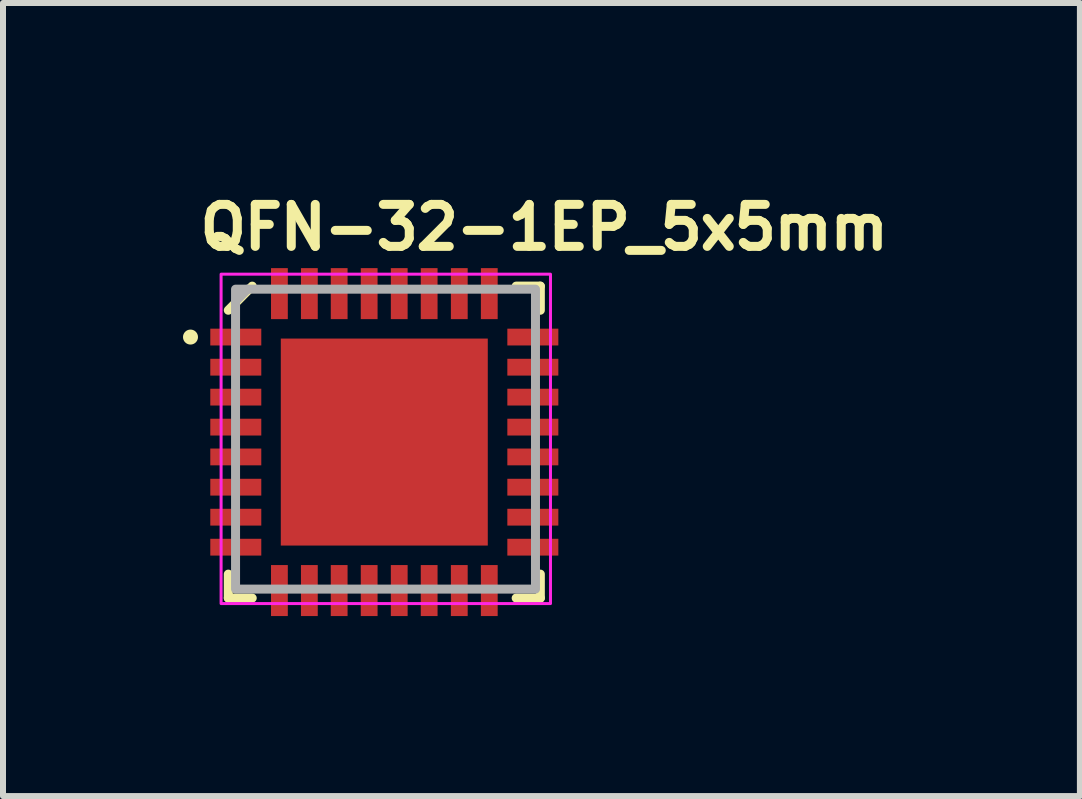
<source format=kicad_pcb>
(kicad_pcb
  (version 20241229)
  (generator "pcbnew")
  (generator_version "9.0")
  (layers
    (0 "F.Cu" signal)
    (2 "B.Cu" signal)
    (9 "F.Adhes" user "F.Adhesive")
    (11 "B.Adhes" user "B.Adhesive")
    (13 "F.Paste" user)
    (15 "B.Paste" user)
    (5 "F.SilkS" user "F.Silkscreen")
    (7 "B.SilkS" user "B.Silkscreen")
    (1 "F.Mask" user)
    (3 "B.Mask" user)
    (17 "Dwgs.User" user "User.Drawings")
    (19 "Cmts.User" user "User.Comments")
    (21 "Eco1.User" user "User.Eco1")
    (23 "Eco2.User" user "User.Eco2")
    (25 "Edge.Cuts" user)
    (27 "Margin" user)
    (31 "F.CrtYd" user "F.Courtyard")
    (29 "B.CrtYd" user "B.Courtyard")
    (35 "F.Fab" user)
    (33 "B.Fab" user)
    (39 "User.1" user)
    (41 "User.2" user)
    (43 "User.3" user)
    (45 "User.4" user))
  (footprint "QFN-32-1EP_5x5mm"
    (layer "F.Cu")
    (at 3.375 4.27)
    (property "Reference" "QFN-32-1EP_5x5mm" (at -3.169 -3.12 0) (layer "F.SilkS") (effects (font (size 0.7 0.7) (thickness 0.15)) (justify left bottom)))
    (attr smd)
    (fp_line (start -2.62 2.648) (end -2.62 2.249) (stroke (width 0.15) (type solid)) (layer "F.SilkS"))
    (fp_line (start -2.221 -2.551) (end -2.62 -2.149) (stroke (width 0.15) (type solid)) (layer "F.SilkS"))
    (fp_line (start -2.221 2.648) (end -2.62 2.648) (stroke (width 0.15) (type solid)) (layer "F.SilkS"))
    (fp_line (start 2.581 -2.551) (end 2.178 -2.551) (stroke (width 0.15) (type solid)) (layer "F.SilkS"))
    (fp_line (start 2.581 -2.551) (end 2.581 -2.149) (stroke (width 0.15) (type solid)) (layer "F.SilkS"))
    (fp_line (start 2.581 2.249) (end 2.581 2.648) (stroke (width 0.15) (type solid)) (layer "F.SilkS"))
    (fp_line (start 2.581 2.648) (end 2.178 2.648) (stroke (width 0.15) (type solid)) (layer "F.SilkS"))
    (fp_circle (center -3.25 -1.702) (end -3.2 -1.702) (stroke (width 0.15) (type solid)) (fill yes) (layer "F.SilkS"))
    (fp_rect (start -1.446 -0.175) (end -0.246 -1.375) (stroke (width 0.2) (type solid)) (fill yes) (layer "F.Paste"))
    (fp_rect (start -1.446 1.474) (end -0.246 0.274) (stroke (width 0.2) (type solid)) (fill yes) (layer "F.Paste"))
    (fp_rect (start 0.203 -0.175) (end 1.403 -1.375) (stroke (width 0.2) (type solid)) (fill yes) (layer "F.Paste"))
    (fp_rect (start 0.203 1.474) (end 1.403 0.274) (stroke (width 0.2) (type solid)) (fill yes) (layer "F.Paste"))
    (fp_rect (start -2.74 -2.75) (end 2.75 2.74) (stroke (width 0.05) (type solid)) (fill no) (layer "F.CrtYd"))
    (fp_line (start -2.499 -2.299) (end -2.298 -2.5) (stroke (width 0.15) (type solid)) (layer "F.Fab"))
    (fp_rect (start -2.499 -2.5) (end 2.5 2.499) (stroke (width 0.15) (type solid)) (fill no) (layer "F.Fab"))
    (fp_rect (start -2.499 -2.5) (end 2.5 2.499) (stroke (width 0.1) (type solid)) (fill no) (layer "User.5"))
    (fp_line (start -2.499 -2.5) (end -2.499 2.499) (stroke (width 0.02) (type solid)) (layer "User.9"))
    (fp_line (start -2.499 -1.875) (end -2.499 -1.875) (stroke (width 0.02) (type solid)) (layer "User.9"))
    (fp_line (start -2.499 -1.625) (end -2.499 -1.875) (stroke (width 0.02) (type solid)) (layer "User.9"))
    (fp_line (start -2.499 -1.625) (end -2.499 -1.625) (stroke (width 0.02) (type solid)) (layer "User.9"))
    (fp_line (start -2.499 -1.375) (end -2.499 -1.375) (stroke (width 0.02) (type solid)) (layer "User.9"))
    (fp_line (start -2.499 -1.125) (end -2.499 -1.375) (stroke (width 0.02) (type solid)) (layer "User.9"))
    (fp_line (start -2.499 -1.125) (end -2.499 -1.125) (stroke (width 0.02) (type solid)) (layer "User.9"))
    (fp_line (start -2.499 -0.875) (end -2.499 -0.875) (stroke (width 0.02) (type solid)) (layer "User.9"))
    (fp_line (start -2.499 -0.625) (end -2.499 -0.875) (stroke (width 0.02) (type solid)) (layer "User.9"))
    (fp_line (start -2.499 -0.625) (end -2.499 -0.625) (stroke (width 0.02) (type solid)) (layer "User.9"))
    (fp_line (start -2.499 -0.375) (end -2.499 -0.375) (stroke (width 0.02) (type solid)) (layer "User.9"))
    (fp_line (start -2.499 -0.125) (end -2.499 -0.375) (stroke (width 0.02) (type solid)) (layer "User.9"))
    (fp_line (start -2.499 -0.125) (end -2.499 -0.125) (stroke (width 0.02) (type solid)) (layer "User.9"))
    (fp_line (start -2.499 0.122) (end -2.499 0.122) (stroke (width 0.02) (type solid)) (layer "User.9"))
    (fp_line (start -2.499 0.372) (end -2.499 0.122) (stroke (width 0.02) (type solid)) (layer "User.9"))
    (fp_line (start -2.499 0.372) (end -2.499 0.372) (stroke (width 0.02) (type solid)) (layer "User.9"))
    (fp_line (start -2.499 0.622) (end -2.499 0.622) (stroke (width 0.02) (type solid)) (layer "User.9"))
    (fp_line (start -2.499 0.872) (end -2.499 0.622) (stroke (width 0.02) (type solid)) (layer "User.9"))
    (fp_line (start -2.499 0.872) (end -2.499 0.872) (stroke (width 0.02) (type solid)) (layer "User.9"))
    (fp_line (start -2.499 1.124) (end -2.499 1.124) (stroke (width 0.02) (type solid)) (layer "User.9"))
    (fp_line (start -2.499 1.374) (end -2.499 1.124) (stroke (width 0.02) (type solid)) (layer "User.9"))
    (fp_line (start -2.499 1.374) (end -2.499 1.374) (stroke (width 0.02) (type solid)) (layer "User.9"))
    (fp_line (start -2.499 1.624) (end -2.499 1.624) (stroke (width 0.02) (type solid)) (layer "User.9"))
    (fp_line (start -2.499 1.874) (end -2.499 1.624) (stroke (width 0.02) (type solid)) (layer "User.9"))
    (fp_line (start -2.499 1.874) (end -2.499 1.874) (stroke (width 0.02) (type solid)) (layer "User.9"))
    (fp_line (start -2.499 2.499) (end 2.5 2.499) (stroke (width 0.02) (type solid)) (layer "User.9"))
    (fp_line (start -1.999 -1.872) (end -1.999 -1.867) (stroke (width 0.02) (type solid)) (layer "User.9"))
    (fp_line (start -1.999 -1.867) (end -1.999 -1.859) (stroke (width 0.02) (type solid)) (layer "User.9"))
    (fp_line (start -1.999 -1.859) (end -1.999 -1.851) (stroke (width 0.02) (type solid)) (layer "User.9"))
    (fp_line (start -1.999 -1.851) (end -1.999 -1.851) (stroke (width 0.02) (type solid)) (layer "User.9"))
    (fp_line (start -1.999 -1.851) (end -1.999 -1.843) (stroke (width 0.02) (type solid)) (layer "User.9"))
    (fp_line (start -1.999 -1.843) (end -1.999 -1.835) (stroke (width 0.02) (type solid)) (layer "User.9"))
    (fp_line (start -1.999 -1.835) (end -1.999 -1.829) (stroke (width 0.02) (type solid)) (layer "User.9"))
    (fp_line (start -1.999 -1.829) (end -1.996 -1.821) (stroke (width 0.02) (type solid)) (layer "User.9"))
    (fp_line (start -1.996 -1.88) (end -1.999 -1.872) (stroke (width 0.02) (type solid)) (layer "User.9"))
    (fp_line (start -1.996 -1.821) (end -1.995 -1.813) (stroke (width 0.02) (type solid)) (layer "User.9"))
    (fp_line (start -1.995 -1.888) (end -1.996 -1.88) (stroke (width 0.02) (type solid)) (layer "User.9"))
    (fp_line (start -1.995 -1.813) (end -1.992 -1.807) (stroke (width 0.02) (type solid)) (layer "User.9"))
    (fp_line (start -1.992 -1.895) (end -1.995 -1.888) (stroke (width 0.02) (type solid)) (layer "User.9"))
    (fp_line (start -1.992 -1.807) (end -1.991 -1.799) (stroke (width 0.02) (type solid)) (layer "User.9"))
    (fp_line (start -1.991 -1.903) (end -1.992 -1.895) (stroke (width 0.02) (type solid)) (layer "User.9"))
    (fp_line (start -1.991 -1.799) (end -1.988 -1.791) (stroke (width 0.02) (type solid)) (layer "User.9"))
    (fp_line (start -1.988 -1.908) (end -1.991 -1.903) (stroke (width 0.02) (type solid)) (layer "User.9"))
    (fp_line (start -1.988 -1.791) (end -1.984 -1.786) (stroke (width 0.02) (type solid)) (layer "User.9"))
    (fp_line (start -1.984 -1.916) (end -1.988 -1.908) (stroke (width 0.02) (type solid)) (layer "User.9"))
    (fp_line (start -1.984 -1.786) (end -1.98 -1.779) (stroke (width 0.02) (type solid)) (layer "User.9"))
    (fp_line (start -1.98 -1.922) (end -1.984 -1.916) (stroke (width 0.02) (type solid)) (layer "User.9"))
    (fp_line (start -1.98 -1.779) (end -1.979 -1.774) (stroke (width 0.02) (type solid)) (layer "User.9"))
    (fp_line (start -1.979 -1.928) (end -1.98 -1.922) (stroke (width 0.02) (type solid)) (layer "User.9"))
    (fp_line (start -1.979 -1.774) (end -1.975 -1.767) (stroke (width 0.02) (type solid)) (layer "User.9"))
    (fp_line (start -1.975 -1.934) (end -1.979 -1.928) (stroke (width 0.02) (type solid)) (layer "User.9"))
    (fp_line (start -1.975 -1.767) (end -1.971 -1.762) (stroke (width 0.02) (type solid)) (layer "User.9"))
    (fp_line (start -1.971 -1.94) (end -1.975 -1.934) (stroke (width 0.02) (type solid)) (layer "User.9"))
    (fp_line (start -1.971 -1.762) (end -1.965 -1.755) (stroke (width 0.02) (type solid)) (layer "User.9"))
    (fp_line (start -1.965 -1.946) (end -1.971 -1.94) (stroke (width 0.02) (type solid)) (layer "User.9"))
    (fp_line (start -1.965 -1.755) (end -1.961 -1.75) (stroke (width 0.02) (type solid)) (layer "User.9"))
    (fp_line (start -1.961 -1.952) (end -1.965 -1.946) (stroke (width 0.02) (type solid)) (layer "User.9"))
    (fp_line (start -1.961 -1.75) (end -1.957 -1.743) (stroke (width 0.02) (type solid)) (layer "User.9"))
    (fp_line (start -1.957 -1.958) (end -1.961 -1.952) (stroke (width 0.02) (type solid)) (layer "User.9"))
    (fp_line (start -1.957 -1.743) (end -1.951 -1.739) (stroke (width 0.02) (type solid)) (layer "User.9"))
    (fp_line (start -1.951 -1.962) (end -1.957 -1.958) (stroke (width 0.02) (type solid)) (layer "User.9"))
    (fp_line (start -1.951 -1.739) (end -1.945 -1.735) (stroke (width 0.02) (type solid)) (layer "User.9"))
    (fp_line (start -1.945 -1.966) (end -1.951 -1.962) (stroke (width 0.02) (type solid)) (layer "User.9"))
    (fp_line (start -1.945 -1.735) (end -1.939 -1.73) (stroke (width 0.02) (type solid)) (layer "User.9"))
    (fp_line (start -1.939 -1.972) (end -1.945 -1.966) (stroke (width 0.02) (type solid)) (layer "User.9"))
    (fp_line (start -1.939 -1.73) (end -1.933 -1.726) (stroke (width 0.02) (type solid)) (layer "User.9"))
    (fp_line (start -1.933 -1.976) (end -1.939 -1.972) (stroke (width 0.02) (type solid)) (layer "User.9"))
    (fp_line (start -1.933 -1.726) (end -1.927 -1.722) (stroke (width 0.02) (type solid)) (layer "User.9"))
    (fp_line (start -1.927 -1.98) (end -1.933 -1.976) (stroke (width 0.02) (type solid)) (layer "User.9"))
    (fp_line (start -1.927 -1.722) (end -1.921 -1.72) (stroke (width 0.02) (type solid)) (layer "User.9"))
    (fp_line (start -1.921 -1.981) (end -1.927 -1.98) (stroke (width 0.02) (type solid)) (layer "User.9"))
    (fp_line (start -1.921 -1.72) (end -1.915 -1.716) (stroke (width 0.02) (type solid)) (layer "User.9"))
    (fp_line (start -1.915 -1.985) (end -1.921 -1.981) (stroke (width 0.02) (type solid)) (layer "User.9"))
    (fp_line (start -1.915 -1.716) (end -1.907 -1.712) (stroke (width 0.02) (type solid)) (layer "User.9"))
    (fp_line (start -1.907 -1.989) (end -1.915 -1.985) (stroke (width 0.02) (type solid)) (layer "User.9"))
    (fp_line (start -1.907 -1.712) (end -1.901 -1.71) (stroke (width 0.02) (type solid)) (layer "User.9"))
    (fp_line (start -1.901 -1.992) (end -1.907 -1.989) (stroke (width 0.02) (type solid)) (layer "User.9"))
    (fp_line (start -1.901 -1.71) (end -1.893 -1.708) (stroke (width 0.02) (type solid)) (layer "User.9"))
    (fp_line (start -1.893 -1.993) (end -1.901 -1.992) (stroke (width 0.02) (type solid)) (layer "User.9"))
    (fp_line (start -1.893 -1.708) (end -1.887 -1.706) (stroke (width 0.02) (type solid)) (layer "User.9"))
    (fp_line (start -1.887 -1.996) (end -1.893 -1.993) (stroke (width 0.02) (type solid)) (layer "User.9"))
    (fp_line (start -1.887 -1.706) (end -1.879 -1.704) (stroke (width 0.02) (type solid)) (layer "User.9"))
    (fp_line (start -1.879 -1.997) (end -1.887 -1.996) (stroke (width 0.02) (type solid)) (layer "User.9"))
    (fp_line (start -1.879 -1.704) (end -1.871 -1.702) (stroke (width 0.02) (type solid)) (layer "User.9"))
    (fp_line (start -1.874 -2.5) (end -1.874 -2.5) (stroke (width 0.02) (type solid)) (layer "User.9"))
    (fp_line (start -1.874 -2.5) (end -1.624 -2.5) (stroke (width 0.02) (type solid)) (layer "User.9"))
    (fp_line (start -1.874 2.499) (end -1.874 2.499) (stroke (width 0.02) (type solid)) (layer "User.9"))
    (fp_line (start -1.874 2.499) (end -1.624 2.499) (stroke (width 0.02) (type solid)) (layer "User.9"))
    (fp_line (start -1.871 -2) (end -1.879 -1.997) (stroke (width 0.02) (type solid)) (layer "User.9"))
    (fp_line (start -1.871 -1.702) (end -1.866 -1.702) (stroke (width 0.02) (type solid)) (layer "User.9"))
    (fp_line (start -1.866 -2) (end -1.871 -2) (stroke (width 0.02) (type solid)) (layer "User.9"))
    (fp_line (start -1.866 -1.702) (end -1.858 -1.702) (stroke (width 0.02) (type solid)) (layer "User.9"))
    (fp_line (start -1.858 -2) (end -1.866 -2) (stroke (width 0.02) (type solid)) (layer "User.9"))
    (fp_line (start -1.858 -1.702) (end -1.85 -1.702) (stroke (width 0.02) (type solid)) (layer "User.9"))
    (fp_line (start -1.85 -2) (end -1.858 -2) (stroke (width 0.02) (type solid)) (layer "User.9"))
    (fp_line (start -1.85 -1.702) (end -1.842 -1.702) (stroke (width 0.02) (type solid)) (layer "User.9"))
    (fp_line (start -1.842 -2) (end -1.85 -2) (stroke (width 0.02) (type solid)) (layer "User.9"))
    (fp_line (start -1.842 -1.702) (end -1.834 -1.702) (stroke (width 0.02) (type solid)) (layer "User.9"))
    (fp_line (start -1.834 -2) (end -1.842 -2) (stroke (width 0.02) (type solid)) (layer "User.9"))
    (fp_line (start -1.834 -1.702) (end -1.828 -1.702) (stroke (width 0.02) (type solid)) (layer "User.9"))
    (fp_line (start -1.828 -2) (end -1.834 -2) (stroke (width 0.02) (type solid)) (layer "User.9"))
    (fp_line (start -1.828 -1.702) (end -1.82 -1.704) (stroke (width 0.02) (type solid)) (layer "User.9"))
    (fp_line (start -1.82 -1.997) (end -1.828 -2) (stroke (width 0.02) (type solid)) (layer "User.9"))
    (fp_line (start -1.82 -1.704) (end -1.812 -1.706) (stroke (width 0.02) (type solid)) (layer "User.9"))
    (fp_line (start -1.812 -1.996) (end -1.82 -1.997) (stroke (width 0.02) (type solid)) (layer "User.9"))
    (fp_line (start -1.812 -1.706) (end -1.806 -1.708) (stroke (width 0.02) (type solid)) (layer "User.9"))
    (fp_line (start -1.806 -1.993) (end -1.812 -1.996) (stroke (width 0.02) (type solid)) (layer "User.9"))
    (fp_line (start -1.806 -1.708) (end -1.798 -1.71) (stroke (width 0.02) (type solid)) (layer "User.9"))
    (fp_line (start -1.798 -1.992) (end -1.806 -1.993) (stroke (width 0.02) (type solid)) (layer "User.9"))
    (fp_line (start -1.798 -1.71) (end -1.791 -1.712) (stroke (width 0.02) (type solid)) (layer "User.9"))
    (fp_line (start -1.791 -1.989) (end -1.798 -1.992) (stroke (width 0.02) (type solid)) (layer "User.9"))
    (fp_line (start -1.791 -1.712) (end -1.784 -1.716) (stroke (width 0.02) (type solid)) (layer "User.9"))
    (fp_line (start -1.784 -1.985) (end -1.791 -1.989) (stroke (width 0.02) (type solid)) (layer "User.9"))
    (fp_line (start -1.784 -1.716) (end -1.778 -1.72) (stroke (width 0.02) (type solid)) (layer "User.9"))
    (fp_line (start -1.778 -1.981) (end -1.784 -1.985) (stroke (width 0.02) (type solid)) (layer "User.9"))
    (fp_line (start -1.778 -1.72) (end -1.772 -1.722) (stroke (width 0.02) (type solid)) (layer "User.9"))
    (fp_line (start -1.772 -1.98) (end -1.778 -1.981) (stroke (width 0.02) (type solid)) (layer "User.9"))
    (fp_line (start -1.772 -1.722) (end -1.766 -1.726) (stroke (width 0.02) (type solid)) (layer "User.9"))
    (fp_line (start -1.766 -1.976) (end -1.772 -1.98) (stroke (width 0.02) (type solid)) (layer "User.9"))
    (fp_line (start -1.766 -1.726) (end -1.76 -1.73) (stroke (width 0.02) (type solid)) (layer "User.9"))
    (fp_line (start -1.76 -1.972) (end -1.766 -1.976) (stroke (width 0.02) (type solid)) (layer "User.9"))
    (fp_line (start -1.76 -1.73) (end -1.754 -1.735) (stroke (width 0.02) (type solid)) (layer "User.9"))
    (fp_line (start -1.754 -1.966) (end -1.76 -1.972) (stroke (width 0.02) (type solid)) (layer "User.9"))
    (fp_line (start -1.754 -1.735) (end -1.748 -1.739) (stroke (width 0.02) (type solid)) (layer "User.9"))
    (fp_line (start -1.748 -1.962) (end -1.754 -1.966) (stroke (width 0.02) (type solid)) (layer "User.9"))
    (fp_line (start -1.748 -1.739) (end -1.743 -1.743) (stroke (width 0.02) (type solid)) (layer "User.9"))
    (fp_line (start -1.743 -1.958) (end -1.748 -1.962) (stroke (width 0.02) (type solid)) (layer "User.9"))
    (fp_line (start -1.743 -1.743) (end -1.739 -1.75) (stroke (width 0.02) (type solid)) (layer "User.9"))
    (fp_line (start -1.739 -1.952) (end -1.743 -1.958) (stroke (width 0.02) (type solid)) (layer "User.9"))
    (fp_line (start -1.739 -1.75) (end -1.735 -1.755) (stroke (width 0.02) (type solid)) (layer "User.9"))
    (fp_line (start -1.735 -1.946) (end -1.739 -1.952) (stroke (width 0.02) (type solid)) (layer "User.9"))
    (fp_line (start -1.735 -1.755) (end -1.729 -1.762) (stroke (width 0.02) (type solid)) (layer "User.9"))
    (fp_line (start -1.729 -1.94) (end -1.735 -1.946) (stroke (width 0.02) (type solid)) (layer "User.9"))
    (fp_line (start -1.729 -1.762) (end -1.725 -1.767) (stroke (width 0.02) (type solid)) (layer "User.9"))
    (fp_line (start -1.725 -1.934) (end -1.729 -1.94) (stroke (width 0.02) (type solid)) (layer "User.9"))
    (fp_line (start -1.725 -1.767) (end -1.721 -1.774) (stroke (width 0.02) (type solid)) (layer "User.9"))
    (fp_line (start -1.721 -1.928) (end -1.725 -1.934) (stroke (width 0.02) (type solid)) (layer "User.9"))
    (fp_line (start -1.721 -1.774) (end -1.719 -1.779) (stroke (width 0.02) (type solid)) (layer "User.9"))
    (fp_line (start -1.719 -1.922) (end -1.721 -1.928) (stroke (width 0.02) (type solid)) (layer "User.9"))
    (fp_line (start -1.719 -1.779) (end -1.715 -1.786) (stroke (width 0.02) (type solid)) (layer "User.9"))
    (fp_line (start -1.715 -1.916) (end -1.719 -1.922) (stroke (width 0.02) (type solid)) (layer "User.9"))
    (fp_line (start -1.715 -1.786) (end -1.711 -1.791) (stroke (width 0.02) (type solid)) (layer "User.9"))
    (fp_line (start -1.711 -1.908) (end -1.715 -1.916) (stroke (width 0.02) (type solid)) (layer "User.9"))
    (fp_line (start -1.711 -1.791) (end -1.709 -1.799) (stroke (width 0.02) (type solid)) (layer "User.9"))
    (fp_line (start -1.709 -1.903) (end -1.711 -1.908) (stroke (width 0.02) (type solid)) (layer "User.9"))
    (fp_line (start -1.709 -1.799) (end -1.707 -1.807) (stroke (width 0.02) (type solid)) (layer "User.9"))
    (fp_line (start -1.707 -1.895) (end -1.709 -1.903) (stroke (width 0.02) (type solid)) (layer "User.9"))
    (fp_line (start -1.707 -1.807) (end -1.705 -1.813) (stroke (width 0.02) (type solid)) (layer "User.9"))
    (fp_line (start -1.705 -1.888) (end -1.707 -1.895) (stroke (width 0.02) (type solid)) (layer "User.9"))
    (fp_line (start -1.705 -1.813) (end -1.703 -1.821) (stroke (width 0.02) (type solid)) (layer "User.9"))
    (fp_line (start -1.703 -1.88) (end -1.705 -1.888) (stroke (width 0.02) (type solid)) (layer "User.9"))
    (fp_line (start -1.703 -1.821) (end -1.701 -1.829) (stroke (width 0.02) (type solid)) (layer "User.9"))
    (fp_line (start -1.701 -1.872) (end -1.703 -1.88) (stroke (width 0.02) (type solid)) (layer "User.9"))
    (fp_line (start -1.701 -1.867) (end -1.701 -1.872) (stroke (width 0.02) (type solid)) (layer "User.9"))
    (fp_line (start -1.701 -1.859) (end -1.701 -1.867) (stroke (width 0.02) (type solid)) (layer "User.9"))
    (fp_line (start -1.701 -1.851) (end -1.701 -1.859) (stroke (width 0.02) (type solid)) (layer "User.9"))
    (fp_line (start -1.701 -1.851) (end -1.701 -1.851) (stroke (width 0.02) (type solid)) (layer "User.9"))
    (fp_line (start -1.701 -1.843) (end -1.701 -1.851) (stroke (width 0.02) (type solid)) (layer "User.9"))
    (fp_line (start -1.701 -1.835) (end -1.701 -1.843) (stroke (width 0.02) (type solid)) (layer "User.9"))
    (fp_line (start -1.701 -1.829) (end -1.701 -1.835) (stroke (width 0.02) (type solid)) (layer "User.9"))
    (fp_line (start -1.624 -2.5) (end -1.624 -2.5) (stroke (width 0.02) (type solid)) (layer "User.9"))
    (fp_line (start -1.624 2.499) (end -1.624 2.499) (stroke (width 0.02) (type solid)) (layer "User.9"))
    (fp_line (start -1.374 -2.5) (end -1.374 -2.5) (stroke (width 0.02) (type solid)) (layer "User.9"))
    (fp_line (start -1.374 -2.5) (end -1.124 -2.5) (stroke (width 0.02) (type solid)) (layer "User.9"))
    (fp_line (start -1.374 2.499) (end -1.374 2.499) (stroke (width 0.02) (type solid)) (layer "User.9"))
    (fp_line (start -1.374 2.499) (end -1.124 2.499) (stroke (width 0.02) (type solid)) (layer "User.9"))
    (fp_line (start -1.124 -2.5) (end -1.124 -2.5) (stroke (width 0.02) (type solid)) (layer "User.9"))
    (fp_line (start -1.124 2.499) (end -1.124 2.499) (stroke (width 0.02) (type solid)) (layer "User.9"))
    (fp_line (start -0.874 -2.5) (end -0.874 -2.5) (stroke (width 0.02) (type solid)) (layer "User.9"))
    (fp_line (start -0.874 -2.5) (end -0.623 -2.5) (stroke (width 0.02) (type solid)) (layer "User.9"))
    (fp_line (start -0.874 2.499) (end -0.874 2.499) (stroke (width 0.02) (type solid)) (layer "User.9"))
    (fp_line (start -0.874 2.499) (end -0.623 2.499) (stroke (width 0.02) (type solid)) (layer "User.9"))
    (fp_line (start -0.623 -2.5) (end -0.623 -2.5) (stroke (width 0.02) (type solid)) (layer "User.9"))
    (fp_line (start -0.623 2.499) (end -0.623 2.499) (stroke (width 0.02) (type solid)) (layer "User.9"))
    (fp_line (start -0.373 -2.5) (end -0.373 -2.5) (stroke (width 0.02) (type solid)) (layer "User.9"))
    (fp_line (start -0.373 -2.5) (end -0.123 -2.5) (stroke (width 0.02) (type solid)) (layer "User.9"))
    (fp_line (start -0.373 2.499) (end -0.373 2.499) (stroke (width 0.02) (type solid)) (layer "User.9"))
    (fp_line (start -0.373 2.499) (end -0.123 2.499) (stroke (width 0.02) (type solid)) (layer "User.9"))
    (fp_line (start -0.123 -2.5) (end -0.123 -2.5) (stroke (width 0.02) (type solid)) (layer "User.9"))
    (fp_line (start -0.123 2.499) (end -0.123 2.499) (stroke (width 0.02) (type solid)) (layer "User.9"))
    (fp_line (start 0.123 -2.5) (end 0.123 -2.5) (stroke (width 0.02) (type solid)) (layer "User.9"))
    (fp_line (start 0.123 2.499) (end 0.123 2.499) (stroke (width 0.02) (type solid)) (layer "User.9"))
    (fp_line (start 0.373 -2.5) (end 0.123 -2.5) (stroke (width 0.02) (type solid)) (layer "User.9"))
    (fp_line (start 0.373 -2.5) (end 0.373 -2.5) (stroke (width 0.02) (type solid)) (layer "User.9"))
    (fp_line (start 0.373 2.499) (end 0.123 2.499) (stroke (width 0.02) (type solid)) (layer "User.9"))
    (fp_line (start 0.373 2.499) (end 0.373 2.499) (stroke (width 0.02) (type solid)) (layer "User.9"))
    (fp_line (start 0.623 -2.5) (end 0.623 -2.5) (stroke (width 0.02) (type solid)) (layer "User.9"))
    (fp_line (start 0.623 2.499) (end 0.623 2.499) (stroke (width 0.02) (type solid)) (layer "User.9"))
    (fp_line (start 0.873 -2.5) (end 0.623 -2.5) (stroke (width 0.02) (type solid)) (layer "User.9"))
    (fp_line (start 0.873 -2.5) (end 0.873 -2.5) (stroke (width 0.02) (type solid)) (layer "User.9"))
    (fp_line (start 0.873 2.499) (end 0.623 2.499) (stroke (width 0.02) (type solid)) (layer "User.9"))
    (fp_line (start 0.873 2.499) (end 0.873 2.499) (stroke (width 0.02) (type solid)) (layer "User.9"))
    (fp_line (start 1.125 -2.5) (end 1.125 -2.5) (stroke (width 0.02) (type solid)) (layer "User.9"))
    (fp_line (start 1.125 2.499) (end 1.125 2.499) (stroke (width 0.02) (type solid)) (layer "User.9"))
    (fp_line (start 1.375 -2.5) (end 1.125 -2.5) (stroke (width 0.02) (type solid)) (layer "User.9"))
    (fp_line (start 1.375 -2.5) (end 1.375 -2.5) (stroke (width 0.02) (type solid)) (layer "User.9"))
    (fp_line (start 1.375 2.499) (end 1.125 2.499) (stroke (width 0.02) (type solid)) (layer "User.9"))
    (fp_line (start 1.375 2.499) (end 1.375 2.499) (stroke (width 0.02) (type solid)) (layer "User.9"))
    (fp_line (start 1.625 -2.5) (end 1.625 -2.5) (stroke (width 0.02) (type solid)) (layer "User.9"))
    (fp_line (start 1.625 2.499) (end 1.625 2.499) (stroke (width 0.02) (type solid)) (layer "User.9"))
    (fp_line (start 1.875 -2.5) (end 1.625 -2.5) (stroke (width 0.02) (type solid)) (layer "User.9"))
    (fp_line (start 1.875 -2.5) (end 1.875 -2.5) (stroke (width 0.02) (type solid)) (layer "User.9"))
    (fp_line (start 1.875 2.499) (end 1.625 2.499) (stroke (width 0.02) (type solid)) (layer "User.9"))
    (fp_line (start 1.875 2.499) (end 1.875 2.499) (stroke (width 0.02) (type solid)) (layer "User.9"))
    (fp_line (start 2.5 -2.5) (end -2.499 -2.5) (stroke (width 0.02) (type solid)) (layer "User.9"))
    (fp_line (start 2.5 -1.875) (end 2.5 -1.875) (stroke (width 0.02) (type solid)) (layer "User.9"))
    (fp_line (start 2.5 -1.625) (end 2.5 -1.875) (stroke (width 0.02) (type solid)) (layer "User.9"))
    (fp_line (start 2.5 -1.625) (end 2.5 -1.625) (stroke (width 0.02) (type solid)) (layer "User.9"))
    (fp_line (start 2.5 -1.375) (end 2.5 -1.375) (stroke (width 0.02) (type solid)) (layer "User.9"))
    (fp_line (start 2.5 -1.125) (end 2.5 -1.375) (stroke (width 0.02) (type solid)) (layer "User.9"))
    (fp_line (start 2.5 -1.125) (end 2.5 -1.125) (stroke (width 0.02) (type solid)) (layer "User.9"))
    (fp_line (start 2.5 -0.875) (end 2.5 -0.875) (stroke (width 0.02) (type solid)) (layer "User.9"))
    (fp_line (start 2.5 -0.625) (end 2.5 -0.875) (stroke (width 0.02) (type solid)) (layer "User.9"))
    (fp_line (start 2.5 -0.625) (end 2.5 -0.625) (stroke (width 0.02) (type solid)) (layer "User.9"))
    (fp_line (start 2.5 -0.375) (end 2.5 -0.375) (stroke (width 0.02) (type solid)) (layer "User.9"))
    (fp_line (start 2.5 -0.125) (end 2.5 -0.375) (stroke (width 0.02) (type solid)) (layer "User.9"))
    (fp_line (start 2.5 -0.125) (end 2.5 -0.125) (stroke (width 0.02) (type solid)) (layer "User.9"))
    (fp_line (start 2.5 0.122) (end 2.5 0.122) (stroke (width 0.02) (type solid)) (layer "User.9"))
    (fp_line (start 2.5 0.372) (end 2.5 0.122) (stroke (width 0.02) (type solid)) (layer "User.9"))
    (fp_line (start 2.5 0.372) (end 2.5 0.372) (stroke (width 0.02) (type solid)) (layer "User.9"))
    (fp_line (start 2.5 0.622) (end 2.5 0.622) (stroke (width 0.02) (type solid)) (layer "User.9"))
    (fp_line (start 2.5 0.872) (end 2.5 0.622) (stroke (width 0.02) (type solid)) (layer "User.9"))
    (fp_line (start 2.5 0.872) (end 2.5 0.872) (stroke (width 0.02) (type solid)) (layer "User.9"))
    (fp_line (start 2.5 1.124) (end 2.5 1.124) (stroke (width 0.02) (type solid)) (layer "User.9"))
    (fp_line (start 2.5 1.374) (end 2.5 1.124) (stroke (width 0.02) (type solid)) (layer "User.9"))
    (fp_line (start 2.5 1.374) (end 2.5 1.374) (stroke (width 0.02) (type solid)) (layer "User.9"))
    (fp_line (start 2.5 1.624) (end 2.5 1.624) (stroke (width 0.02) (type solid)) (layer "User.9"))
    (fp_line (start 2.5 1.874) (end 2.5 1.624) (stroke (width 0.02) (type solid)) (layer "User.9"))
    (fp_line (start 2.5 1.874) (end 2.5 1.874) (stroke (width 0.02) (type solid)) (layer "User.9"))
    (fp_line (start 2.5 2.499) (end 2.5 -2.5) (stroke (width 0.02) (type solid)) (layer "User.9"))
    (pad "1" smd rect (at -2.495 -1.702 270) (size 0.28 0.85) (layers "F.Cu" "F.Mask" "F.Paste"))
    (pad "2" smd rect (at -2.495 -1.2 270) (size 0.28 0.85) (layers "F.Cu" "F.Mask" "F.Paste"))
    (pad "3" smd rect (at -2.495 -0.701 270) (size 0.28 0.85) (layers "F.Cu" "F.Mask" "F.Paste"))
    (pad "4" smd rect (at -2.495 -0.201 270) (size 0.28 0.85) (layers "F.Cu" "F.Mask" "F.Paste"))
    (pad "5" smd rect (at -2.495 0.296 270) (size 0.28 0.85) (layers "F.Cu" "F.Mask" "F.Paste"))
    (pad "6" smd rect (at -2.495 0.8 270) (size 0.28 0.85) (layers "F.Cu" "F.Mask" "F.Paste"))
    (pad "7" smd rect (at -2.495 1.3 270) (size 0.28 0.85) (layers "F.Cu" "F.Mask" "F.Paste"))
    (pad "8" smd rect (at -2.495 1.8 270) (size 0.28 0.85) (layers "F.Cu" "F.Mask" "F.Paste"))
    (pad "9" smd rect (at -1.768 2.523 270) (size 0.85 0.28) (layers "F.Cu" "F.Mask" "F.Paste"))
    (pad "10" smd rect (at -1.269 2.523 270) (size 0.85 0.28) (layers "F.Cu" "F.Mask" "F.Paste"))
    (pad "11" smd rect (at -0.772 2.523 270) (size 0.85 0.28) (layers "F.Cu" "F.Mask" "F.Paste"))
    (pad "12" smd rect (at -0.272 2.523 270) (size 0.85 0.28) (layers "F.Cu" "F.Mask" "F.Paste"))
    (pad "13" smd rect (at 0.229 2.523 270) (size 0.85 0.28) (layers "F.Cu" "F.Mask" "F.Paste"))
    (pad "14" smd rect (at 0.728 2.523 270) (size 0.85 0.28) (layers "F.Cu" "F.Mask" "F.Paste"))
    (pad "15" smd rect (at 1.23 2.523 270) (size 0.85 0.28) (layers "F.Cu" "F.Mask" "F.Paste"))
    (pad "16" smd rect (at 1.73 2.523 270) (size 0.85 0.28) (layers "F.Cu" "F.Mask" "F.Paste"))
    (pad "17" smd rect (at 2.456 1.8 270) (size 0.28 0.85) (layers "F.Cu" "F.Mask" "F.Paste"))
    (pad "18" smd rect (at 2.456 1.3 270) (size 0.28 0.85) (layers "F.Cu" "F.Mask" "F.Paste"))
    (pad "19" smd rect (at 2.456 0.8 270) (size 0.28 0.85) (layers "F.Cu" "F.Mask" "F.Paste"))
    (pad "20" smd rect (at 2.456 0.296 270) (size 0.28 0.85) (layers "F.Cu" "F.Mask" "F.Paste"))
    (pad "21" smd rect (at 2.456 -0.201 270) (size 0.28 0.85) (layers "F.Cu" "F.Mask" "F.Paste"))
    (pad "22" smd rect (at 2.456 -0.701 270) (size 0.28 0.85) (layers "F.Cu" "F.Mask" "F.Paste"))
    (pad "23" smd rect (at 2.456 -1.2 270) (size 0.28 0.85) (layers "F.Cu" "F.Mask" "F.Paste"))
    (pad "24" smd rect (at 2.456 -1.702 270) (size 0.28 0.85) (layers "F.Cu" "F.Mask" "F.Paste"))
    (pad "25" smd rect (at 1.73 -2.426 270) (size 0.85 0.28) (layers "F.Cu" "F.Mask" "F.Paste"))
    (pad "26" smd rect (at 1.23 -2.426 270) (size 0.85 0.28) (layers "F.Cu" "F.Mask" "F.Paste"))
    (pad "27" smd rect (at 0.728 -2.426 270) (size 0.85 0.28) (layers "F.Cu" "F.Mask" "F.Paste"))
    (pad "28" smd rect (at 0.229 -2.426 270) (size 0.85 0.28) (layers "F.Cu" "F.Mask" "F.Paste"))
    (pad "29" smd rect (at -0.272 -2.426 270) (size 0.85 0.28) (layers "F.Cu" "F.Mask" "F.Paste"))
    (pad "30" smd rect (at -0.772 -2.426 270) (size 0.85 0.28) (layers "F.Cu" "F.Mask" "F.Paste"))
    (pad "31" smd rect (at -1.269 -2.426 270) (size 0.85 0.28) (layers "F.Cu" "F.Mask" "F.Paste"))
    (pad "32" smd rect (at -1.768 -2.426 270) (size 0.85 0.28) (layers "F.Cu" "F.Mask" "F.Paste"))
    (pad "33" smd rect (at -0.02 0.048 270) (size 3.45 3.45) (layers "F.Cu" "F.Mask")))
  (gr_rect
    (start -3 -3)
    (end 14.949 10.218)
    (stroke (width 0.1) (type default))
    (fill no)
    (layer "Edge.Cuts")))
</source>
